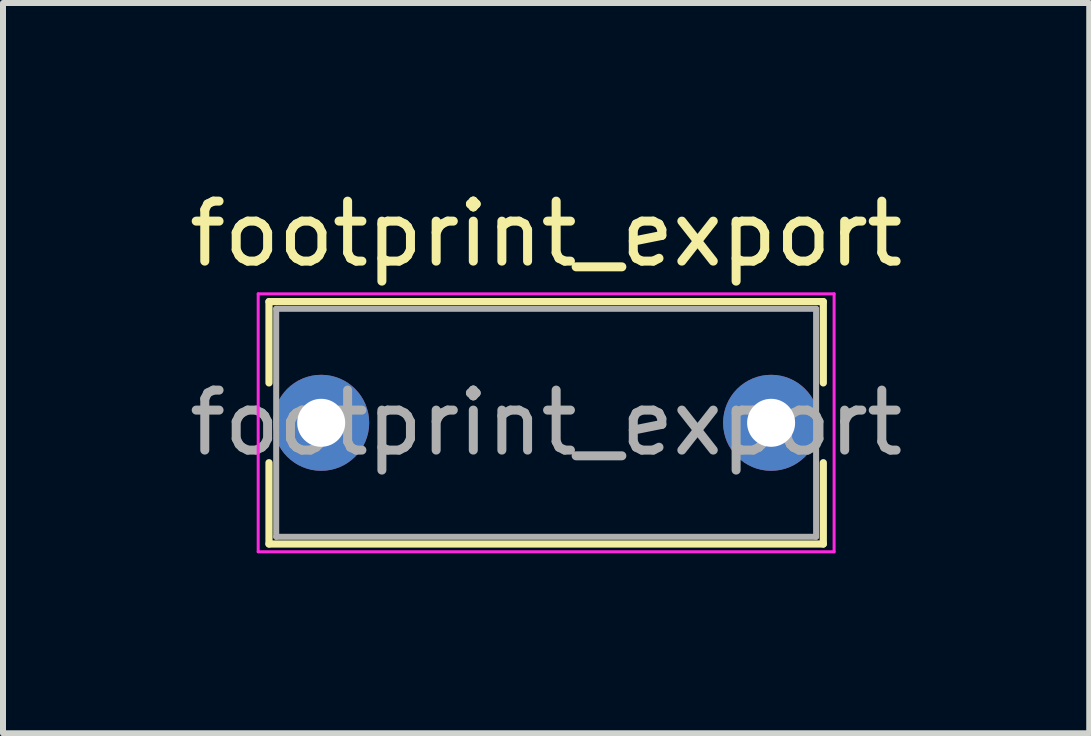
<source format=kicad_pcb>
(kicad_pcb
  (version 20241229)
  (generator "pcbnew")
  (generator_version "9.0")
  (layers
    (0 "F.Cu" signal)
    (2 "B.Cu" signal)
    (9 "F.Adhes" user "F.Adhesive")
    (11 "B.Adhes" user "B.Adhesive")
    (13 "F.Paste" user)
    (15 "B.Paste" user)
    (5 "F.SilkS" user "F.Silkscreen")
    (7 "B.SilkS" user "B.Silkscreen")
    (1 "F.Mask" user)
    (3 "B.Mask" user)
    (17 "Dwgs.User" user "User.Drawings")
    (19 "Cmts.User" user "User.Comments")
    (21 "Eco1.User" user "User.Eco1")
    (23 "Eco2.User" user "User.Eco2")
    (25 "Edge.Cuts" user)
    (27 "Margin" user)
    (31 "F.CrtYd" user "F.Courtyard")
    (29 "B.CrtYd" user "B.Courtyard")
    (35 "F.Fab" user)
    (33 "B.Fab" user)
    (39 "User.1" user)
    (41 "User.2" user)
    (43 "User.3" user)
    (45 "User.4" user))
  (footprint "footprint_export"
    (layer "F.Cu")
    (at 2.304 3.998)
    (property "Reference" "footprint_export" (at 3.75 -3.15 0) (layer "F.SilkS") (effects (font (size 1 1) (thickness 0.15))))
    (attr through_hole)
    (fp_line (start -0.87 -2.02) (end -0.87 -0.665) (stroke (width 0.12) (type solid)) (layer "F.SilkS"))
    (fp_line (start -0.87 -2.02) (end 8.37 -2.02) (stroke (width 0.12) (type solid)) (layer "F.SilkS"))
    (fp_line (start -0.87 0.665) (end -0.87 2.02) (stroke (width 0.12) (type solid)) (layer "F.SilkS"))
    (fp_line (start -0.87 2.02) (end 8.37 2.02) (stroke (width 0.12) (type solid)) (layer "F.SilkS"))
    (fp_line (start 8.37 -2.02) (end 8.37 -0.665) (stroke (width 0.12) (type solid)) (layer "F.SilkS"))
    (fp_line (start 8.37 0.665) (end 8.37 2.02) (stroke (width 0.12) (type solid)) (layer "F.SilkS"))
    (fp_line (start -1.05 -2.15) (end -1.05 2.15) (stroke (width 0.05) (type solid)) (layer "F.CrtYd"))
    (fp_line (start -1.05 2.15) (end 8.55 2.15) (stroke (width 0.05) (type solid)) (layer "F.CrtYd"))
    (fp_line (start 8.55 -2.15) (end -1.05 -2.15) (stroke (width 0.05) (type solid)) (layer "F.CrtYd"))
    (fp_line (start 8.55 2.15) (end 8.55 -2.15) (stroke (width 0.05) (type solid)) (layer "F.CrtYd"))
    (fp_line (start -0.75 -1.9) (end -0.75 1.9) (stroke (width 0.1) (type solid)) (layer "F.Fab"))
    (fp_line (start -0.75 1.9) (end 8.25 1.9) (stroke (width 0.1) (type solid)) (layer "F.Fab"))
    (fp_line (start 8.25 -1.9) (end -0.75 -1.9) (stroke (width 0.1) (type solid)) (layer "F.Fab"))
    (fp_line (start 8.25 1.9) (end 8.25 -1.9) (stroke (width 0.1) (type solid)) (layer "F.Fab"))
    (fp_text user "${REFERENCE}" (at 3.75 0 0) (layer "F.Fab") (effects (font (size 1 1) (thickness 0.15))))
    (pad "1" thru_hole circle (at 0 0) (size 1.6 1.6) (drill 0.8) (layers "*.Cu" "*.Mask"))
    (pad "2" thru_hole circle (at 7.5 0) (size 1.6 1.6) (drill 0.8) (layers "*.Cu" "*.Mask")))
  (gr_rect
    (start -3 -3)
    (end 15.107 9.173)
    (stroke (width 0.1) (type default))
    (fill no)
    (layer "Edge.Cuts")))
</source>
